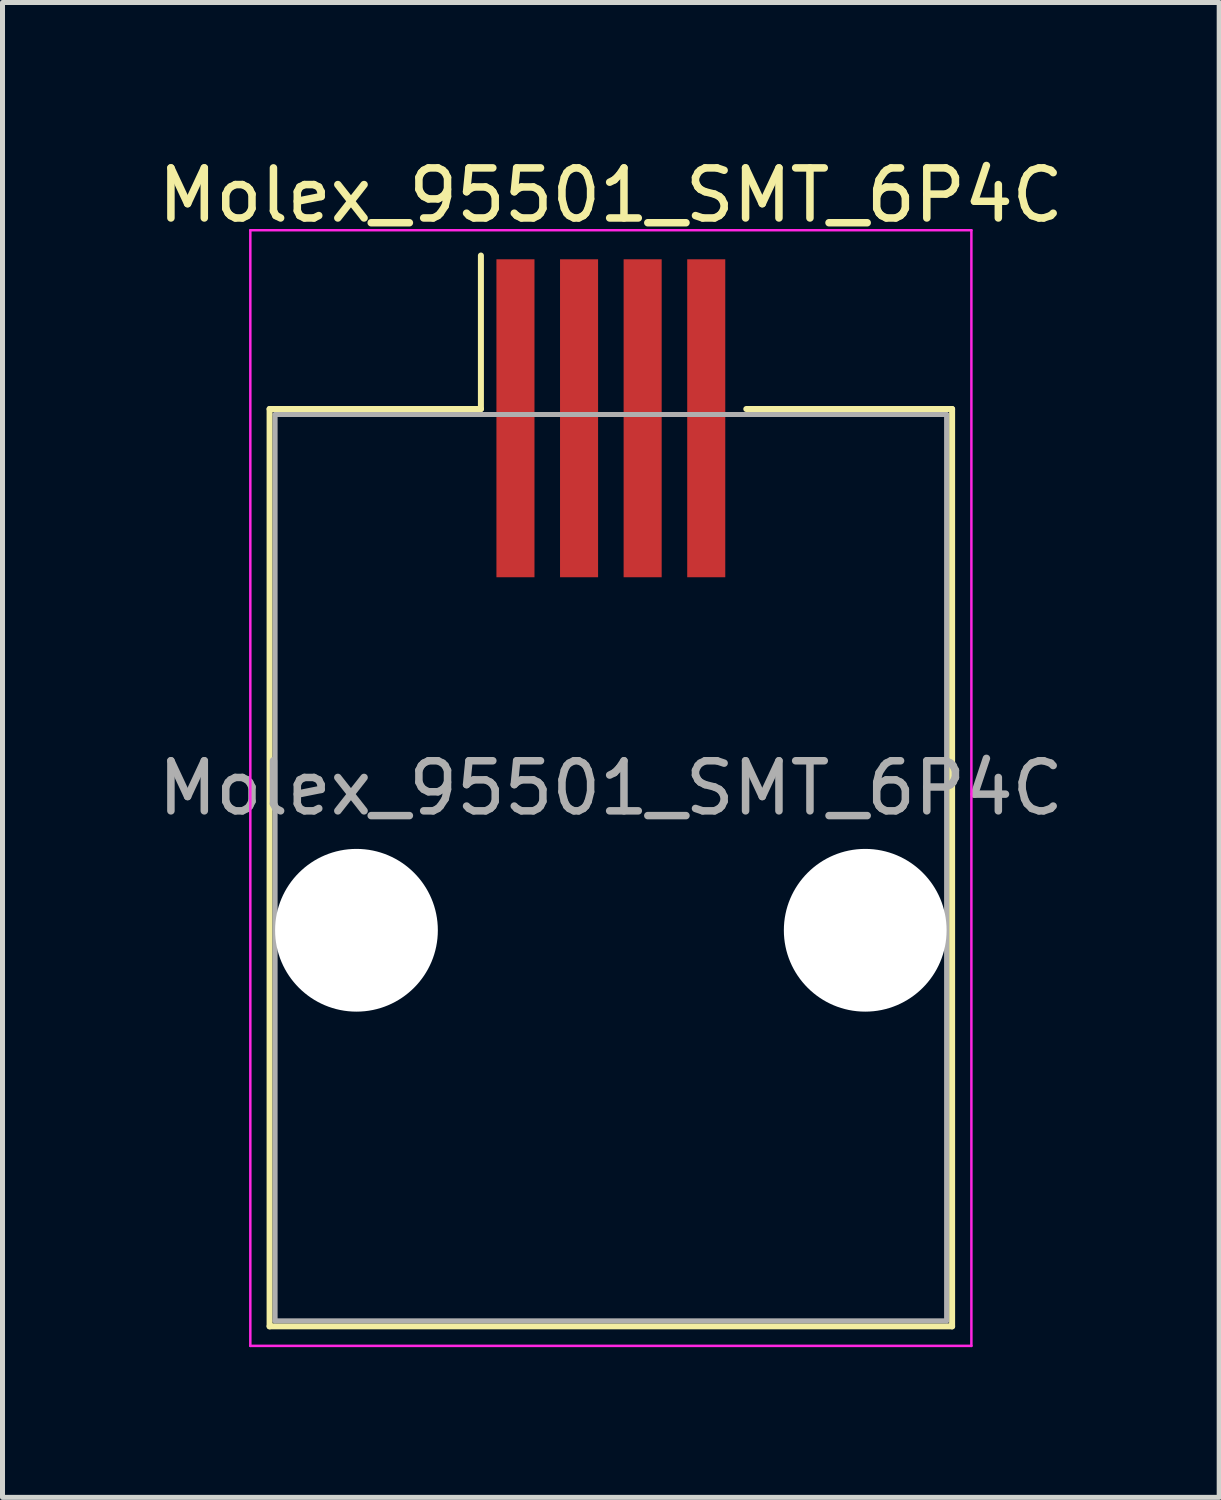
<source format=kicad_pcb>
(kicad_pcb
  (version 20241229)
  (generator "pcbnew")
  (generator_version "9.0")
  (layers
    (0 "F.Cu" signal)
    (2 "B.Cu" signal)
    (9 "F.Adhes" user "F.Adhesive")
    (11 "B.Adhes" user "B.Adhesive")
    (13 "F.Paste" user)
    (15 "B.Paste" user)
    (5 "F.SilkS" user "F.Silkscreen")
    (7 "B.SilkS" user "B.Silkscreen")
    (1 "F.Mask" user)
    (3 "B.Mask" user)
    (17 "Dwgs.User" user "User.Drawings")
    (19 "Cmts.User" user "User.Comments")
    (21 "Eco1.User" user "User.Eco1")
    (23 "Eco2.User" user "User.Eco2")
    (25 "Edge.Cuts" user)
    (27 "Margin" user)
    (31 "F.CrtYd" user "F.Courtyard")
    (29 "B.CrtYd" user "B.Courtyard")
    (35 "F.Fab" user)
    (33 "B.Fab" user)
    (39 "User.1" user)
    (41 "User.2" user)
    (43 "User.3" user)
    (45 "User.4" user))
  (footprint "Molex_95501_SMT_6P4C"
    (layer "F.Cu")
    (at 9.149 15.528)
    (property "Reference" "Molex_95501_SMT_6P4C" (at 0 -14.68 0) (layer "F.SilkS") (effects (font (size 1 1) (thickness 0.15))))
    (attr smd)
    (fp_line (start -6.815 -10.41) (end -6.815 7.91) (stroke (width 0.12) (type solid)) (layer "F.SilkS"))
    (fp_line (start -6.815 7.91) (end 6.815 7.91) (stroke (width 0.12) (type solid)) (layer "F.SilkS"))
    (fp_line (start -2.595 -13.475) (end -2.595 -10.41) (stroke (width 0.12) (type solid)) (layer "F.SilkS"))
    (fp_line (start -2.595 -10.41) (end -6.815 -10.41) (stroke (width 0.12) (type solid)) (layer "F.SilkS"))
    (fp_line (start 6.815 -10.41) (end 2.705 -10.41) (stroke (width 0.12) (type solid)) (layer "F.SilkS"))
    (fp_line (start 6.815 7.91) (end 6.815 -10.41) (stroke (width 0.12) (type solid)) (layer "F.SilkS"))
    (fp_line (start -7.2 -13.98) (end -7.2 8.3) (stroke (width 0.05) (type solid)) (layer "F.CrtYd"))
    (fp_line (start -7.2 8.3) (end 7.2 8.3) (stroke (width 0.05) (type solid)) (layer "F.CrtYd"))
    (fp_line (start 7.2 -13.98) (end -7.2 -13.98) (stroke (width 0.05) (type solid)) (layer "F.CrtYd"))
    (fp_line (start 7.2 8.3) (end 7.2 -13.98) (stroke (width 0.05) (type solid)) (layer "F.CrtYd"))
    (fp_line (start -6.705 -10.3) (end -6.705 7.8) (stroke (width 0.1) (type solid)) (layer "F.Fab"))
    (fp_line (start -6.705 7.8) (end 6.705 7.8) (stroke (width 0.1) (type solid)) (layer "F.Fab"))
    (fp_line (start 6.705 -10.3) (end -6.705 -10.3) (stroke (width 0.1) (type solid)) (layer "F.Fab"))
    (fp_line (start 6.705 7.8) (end 6.705 -10.3) (stroke (width 0.1) (type solid)) (layer "F.Fab"))
    (fp_text user "${REFERENCE}" (at 0 -2.84 0) (layer "F.Fab") (effects (font (size 1 1) (thickness 0.15))))
    (pad "" np_thru_hole circle (at -5.08 0) (size 3.25 3.25) (drill 3.25) (layers "*.Cu" "*.Mask"))
    (pad "" np_thru_hole circle (at 5.08 0) (size 3.25 3.25) (drill 3.25) (layers "*.Cu" "*.Mask"))
    (pad "1" smd rect (at -1.905 -10.225) (size 0.76 6.35) (layers "F.Cu" "F.Mask" "F.Paste"))
    (pad "2" smd rect (at -0.635 -10.225) (size 0.76 6.35) (layers "F.Cu" "F.Mask" "F.Paste"))
    (pad "3" smd rect (at 0.635 -10.225) (size 0.76 6.35) (layers "F.Cu" "F.Mask" "F.Paste"))
    (pad "4" smd rect (at 1.905 -10.225) (size 0.76 6.35) (layers "F.Cu" "F.Mask" "F.Paste")))
  (gr_rect
    (start -3 -3)
    (end 21.298 26.853)
    (stroke (width 0.1) (type default))
    (fill no)
    (layer "Edge.Cuts")))
</source>
